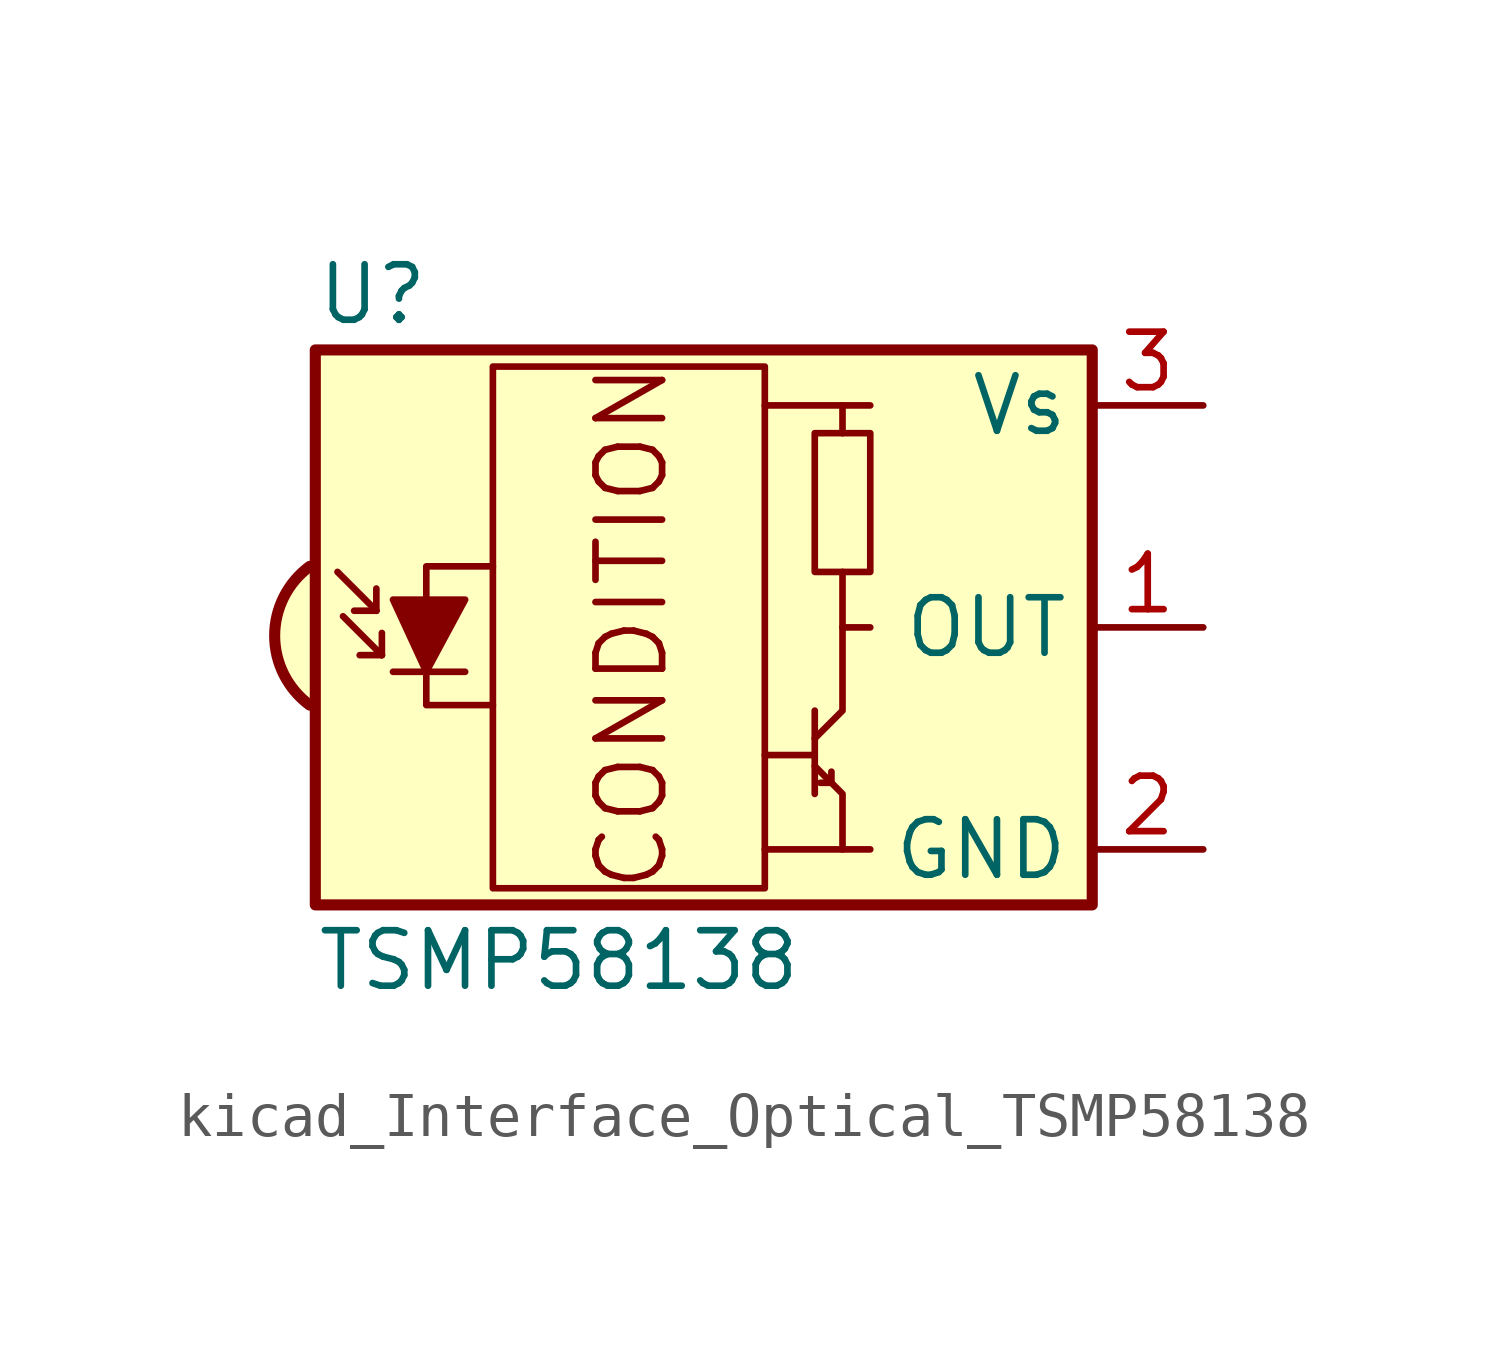
<source format=kicad_sym>
(kicad_symbol_lib
  (version 20220914)
  (generator kicad_symbol_editor)
  (symbol "kicad_Interface_Optical_TSMP58138"
    (property "Reference" "U"
      (at -10.16 7.62 0)
      (effects (font (size 1.27 1.27)) (justify left)))
    (property "Value" "TSMP58138"
      (at -10.16 -7.62 0)
      (effects (font (size 1.27 1.27)) (justify left)))
    (symbol "kicad_Interface_Optical_TSMP58138_0_0"
      (arc (start -10.287 1.397) (mid -11.0899 -0.1852) (end -10.287 -1.778) (stroke (width 0.254) (type default)) (fill (type background)))
      (polyline (pts (xy 1.905 -5.08) (xy 0.127 -5.08)) (stroke (width 0) (type default)) (fill (type none)))
      (polyline (pts (xy 1.905 5.08) (xy 0.127 5.08)) (stroke (width 0) (type default)) (fill (type none)))
      (text "CONDITION" (at -2.921 0 900) (effects (font (size 1.524 1.524)))))
    (symbol "kicad_Interface_Optical_TSMP58138_0_1"
      (rectangle (start -6.096 5.969) (end 0.127 -5.969) (stroke (width 0) (type default)) (fill (type none)))
      (polyline (pts (xy -8.763 0.381) (xy -9.652 1.27)) (stroke (width 0) (type default)) (fill (type none)))
      (polyline (pts (xy -8.763 0.381) (xy -9.271 0.381)) (stroke (width 0) (type default)) (fill (type none)))
      (polyline (pts (xy -8.763 0.381) (xy -8.763 0.889)) (stroke (width 0) (type default)) (fill (type none)))
      (polyline (pts (xy -8.636 -0.635) (xy -9.525 0.254)) (stroke (width 0) (type default)) (fill (type none)))
      (polyline (pts (xy -8.636 -0.635) (xy -9.144 -0.635)) (stroke (width 0) (type default)) (fill (type none)))
      (polyline (pts (xy -8.636 -0.635) (xy -8.636 -0.127)) (stroke (width 0) (type default)) (fill (type none)))
      (polyline (pts (xy -8.382 -1.016) (xy -6.731 -1.016)) (stroke (width 0) (type default)) (fill (type none)))
      (polyline (pts (xy 1.27 -2.921) (xy 0.127 -2.921)) (stroke (width 0) (type default)) (fill (type none)))
      (polyline (pts (xy 1.27 -1.905) (xy 1.27 -3.81)) (stroke (width 0) (type default)) (fill (type none)))
      (polyline (pts (xy 1.397 -3.556) (xy 1.524 -3.556)) (stroke (width 0) (type default)) (fill (type none)))
      (polyline (pts (xy 1.651 -3.556) (xy 1.524 -3.556)) (stroke (width 0) (type default)) (fill (type none)))
      (polyline (pts (xy 1.651 -3.556) (xy 1.651 -3.302)) (stroke (width 0) (type default)) (fill (type none)))
      (polyline (pts (xy 1.905 0) (xy 1.905 1.27)) (stroke (width 0) (type default)) (fill (type none)))
      (polyline (pts (xy 1.905 4.445) (xy 1.905 5.08) (xy 2.54 5.08)) (stroke (width 0) (type default)) (fill (type none)))
      (polyline (pts (xy -8.382 0.635) (xy -6.731 0.635) (xy -7.62 -1.016) (xy -8.382 0.635)) (stroke (width 0) (type default)) (fill (type outline)))
      (polyline (pts (xy -6.096 1.397) (xy -7.62 1.397) (xy -7.62 -1.778) (xy -6.096 -1.778)) (stroke (width 0) (type default)) (fill (type none)))
      (polyline (pts (xy 1.27 -3.175) (xy 1.905 -3.81) (xy 1.905 -5.08) (xy 2.54 -5.08)) (stroke (width 0) (type default)) (fill (type none)))
      (polyline (pts (xy 1.27 -2.54) (xy 1.905 -1.905) (xy 1.905 0) (xy 2.54 0)) (stroke (width 0) (type default)) (fill (type none)))
      (rectangle (start 2.54 1.27) (end 1.27 4.445) (stroke (width 0) (type default)) (fill (type none)))
      (rectangle (start 7.62 6.35) (end -10.16 -6.35) (stroke (width 0.254) (type default)) (fill (type background))))
    (symbol "kicad_Interface_Optical_TSMP58138_1_1"
      (pin output line (at 10.16 0 180) (length 2.54) (name "OUT" (effects (font (size 1.27 1.27)))) (number "1" (effects (font (size 1.27 1.27)))))
      (pin power_in line (at 10.16 -5.08 180) (length 2.54) (name "GND" (effects (font (size 1.27 1.27)))) (number "2" (effects (font (size 1.27 1.27)))))
      (pin power_in line (at 10.16 5.08 180) (length 2.54) (name "Vs" (effects (font (size 1.27 1.27)))) (number "3" (effects (font (size 1.27 1.27))))))))
</source>
